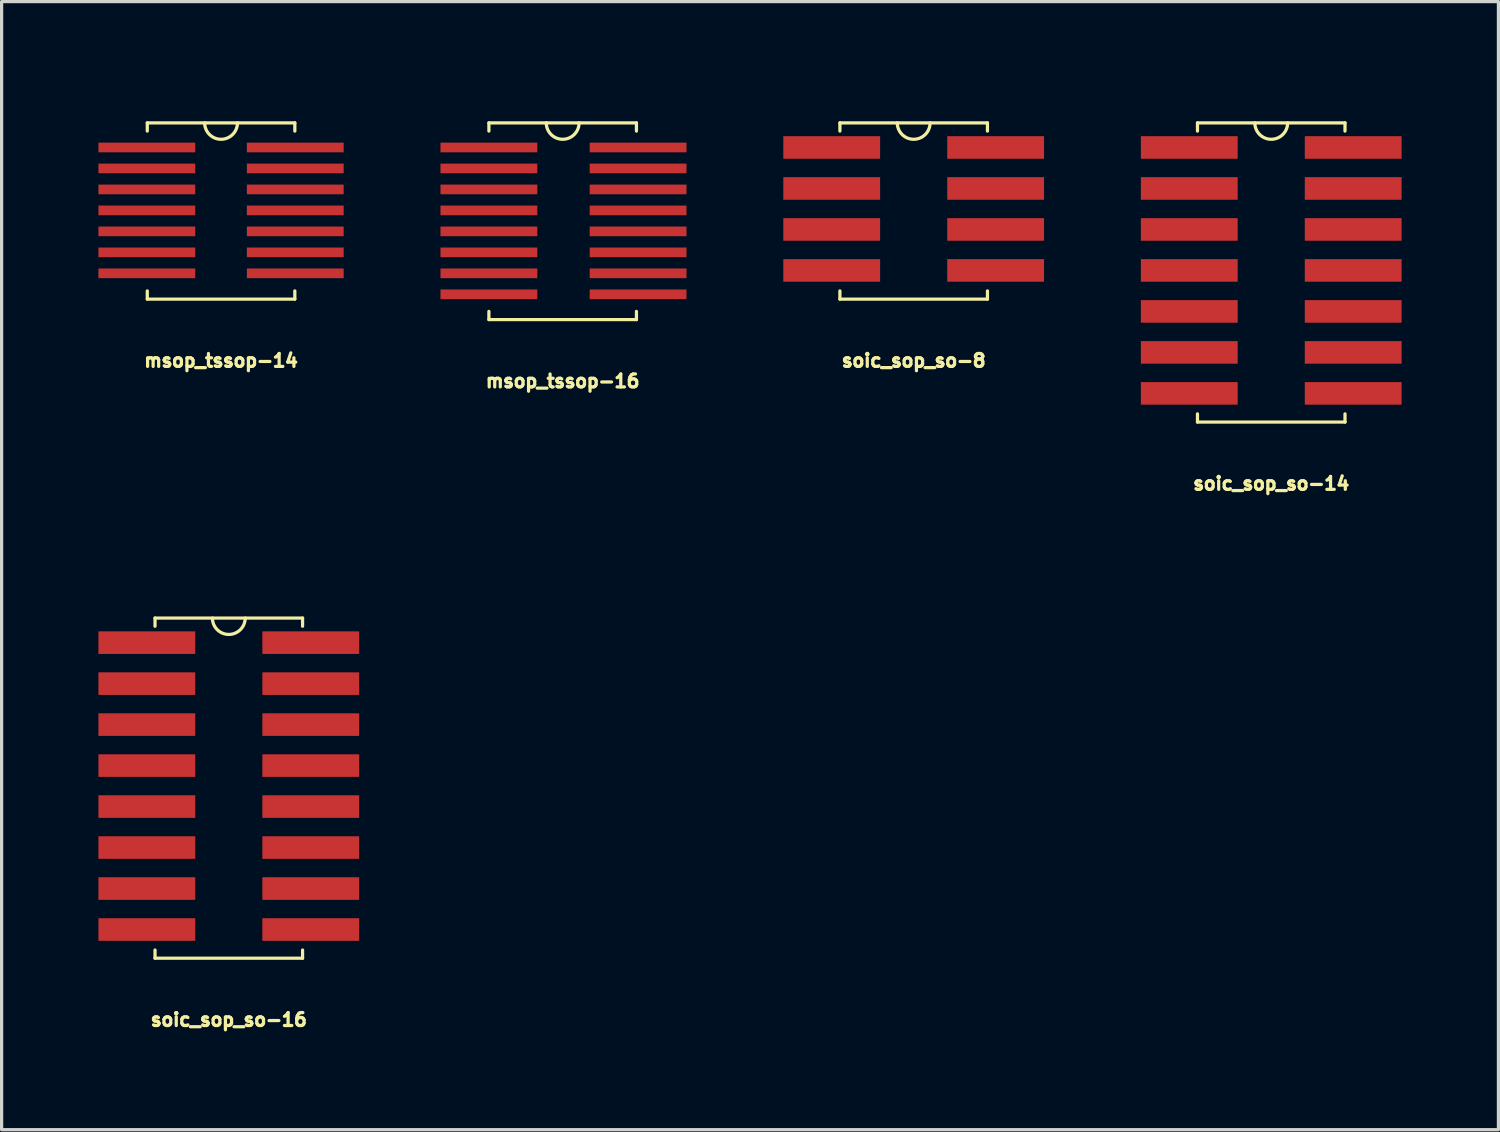
<source format=kicad_pcb>
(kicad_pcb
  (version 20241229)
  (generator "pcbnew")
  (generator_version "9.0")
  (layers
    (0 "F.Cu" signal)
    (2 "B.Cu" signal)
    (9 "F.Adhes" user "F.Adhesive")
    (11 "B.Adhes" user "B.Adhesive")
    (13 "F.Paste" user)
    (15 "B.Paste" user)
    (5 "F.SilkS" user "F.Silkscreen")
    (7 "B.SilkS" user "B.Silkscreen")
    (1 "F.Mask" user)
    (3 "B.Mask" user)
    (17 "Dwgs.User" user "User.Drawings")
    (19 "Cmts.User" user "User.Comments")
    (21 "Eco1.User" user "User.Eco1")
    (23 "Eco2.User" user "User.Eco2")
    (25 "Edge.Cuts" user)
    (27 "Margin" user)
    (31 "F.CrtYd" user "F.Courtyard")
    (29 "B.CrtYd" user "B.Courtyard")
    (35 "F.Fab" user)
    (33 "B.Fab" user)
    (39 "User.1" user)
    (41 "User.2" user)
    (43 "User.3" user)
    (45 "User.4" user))
  (footprint "msop_tssop-16"
    (layer "F.Cu")
    (at 14.386 0.25)
    (property "Reference" "msop_tssop-16" (at 0 8.509 0) (layer "F.SilkS") (effects (font (size 0.4 0.4) (thickness 0.1))))
    (attr smd)
    (fp_line (start -2.286 0.508) (end -2.286 0.762) (stroke (width 0.1) (type solid)) (layer "F.SilkS"))
    (fp_line (start -2.286 0.508) (end 2.286 0.508) (stroke (width 0.1) (type solid)) (layer "F.SilkS"))
    (fp_line (start -2.286 6.35) (end -2.286 6.604) (stroke (width 0.1) (type solid)) (layer "F.SilkS"))
    (fp_line (start 2.286 0.508) (end 2.286 0.762) (stroke (width 0.1) (type solid)) (layer "F.SilkS"))
    (fp_line (start 2.286 6.35) (end 2.286 6.604) (stroke (width 0.1) (type solid)) (layer "F.SilkS"))
    (fp_line (start 2.286 6.604) (end -2.286 6.604) (stroke (width 0.1) (type solid)) (layer "F.SilkS"))
    (fp_arc (start 0.508 0.508) (mid 0 1.016) (end -0.508 0.508) (stroke (width 0.1) (type solid)) (layer "F.SilkS"))
    (pad "1" smd rect (at -2.286 1.27) (size 3 0.3) (layers "F.Cu" "F.Mask" "F.Paste"))
    (pad "2" smd rect (at -2.286 1.92) (size 3 0.3) (layers "F.Cu" "F.Mask" "F.Paste"))
    (pad "3" smd rect (at -2.286 2.57) (size 3 0.3) (layers "F.Cu" "F.Mask" "F.Paste"))
    (pad "4" smd rect (at -2.286 3.22) (size 3 0.3) (layers "F.Cu" "F.Mask" "F.Paste"))
    (pad "5" smd rect (at -2.286 3.87) (size 3 0.3) (layers "F.Cu" "F.Mask" "F.Paste"))
    (pad "6" smd rect (at -2.286 4.52) (size 3 0.3) (layers "F.Cu" "F.Mask" "F.Paste"))
    (pad "7" smd rect (at -2.286 5.17) (size 3 0.3) (layers "F.Cu" "F.Mask" "F.Paste"))
    (pad "8" smd rect (at -2.286 5.82) (size 3 0.3) (layers "F.Cu" "F.Mask" "F.Paste"))
    (pad "9" smd rect (at 2.337 5.82) (size 3 0.3) (layers "F.Cu" "F.Mask" "F.Paste"))
    (pad "10" smd rect (at 2.337 5.17) (size 3 0.3) (layers "F.Cu" "F.Mask" "F.Paste"))
    (pad "11" smd rect (at 2.337 4.52) (size 3 0.3) (layers "F.Cu" "F.Mask" "F.Paste"))
    (pad "12" smd rect (at 2.337 3.87) (size 3 0.3) (layers "F.Cu" "F.Mask" "F.Paste"))
    (pad "13" smd rect (at 2.337 3.22) (size 3 0.3) (layers "F.Cu" "F.Mask" "F.Paste"))
    (pad "14" smd rect (at 2.337 2.57) (size 3 0.3) (layers "F.Cu" "F.Mask" "F.Paste"))
    (pad "15" smd rect (at 2.337 1.92) (size 3 0.3) (layers "F.Cu" "F.Mask" "F.Paste"))
    (pad "16" smd rect (at 2.337 1.27 180) (size 3 0.3) (layers "F.Cu" "F.Mask" "F.Paste")))
  (footprint "soic_sop_so-16"
    (layer "F.Cu")
    (at 4.04 15.594)
    (property "Reference" "soic_sop_so-16" (at 0 12.954 0) (layer "F.SilkS") (effects (font (size 0.4 0.4) (thickness 0.1))))
    (attr smd)
    (fp_line (start -2.286 0.508) (end -2.286 0.762) (stroke (width 0.1) (type solid)) (layer "F.SilkS"))
    (fp_line (start -2.286 0.508) (end 2.286 0.508) (stroke (width 0.1) (type solid)) (layer "F.SilkS"))
    (fp_line (start -2.286 10.795) (end -2.286 11.049) (stroke (width 0.1) (type solid)) (layer "F.SilkS"))
    (fp_line (start 2.286 0.508) (end 2.286 0.762) (stroke (width 0.1) (type solid)) (layer "F.SilkS"))
    (fp_line (start 2.286 10.795) (end 2.286 11.049) (stroke (width 0.1) (type solid)) (layer "F.SilkS"))
    (fp_line (start 2.286 11.049) (end -2.286 11.049) (stroke (width 0.1) (type solid)) (layer "F.SilkS"))
    (fp_arc (start 0.508 0.508) (mid 0 1.016) (end -0.508 0.508) (stroke (width 0.1) (type solid)) (layer "F.SilkS"))
    (pad "1" smd rect (at -2.54 1.27 90) (size 0.7 3) (layers "F.Cu" "F.Mask" "F.Paste"))
    (pad "2" smd rect (at -2.54 2.54 90) (size 0.7 3) (layers "F.Cu" "F.Mask" "F.Paste"))
    (pad "3" smd rect (at -2.54 3.81 90) (size 0.7 3) (layers "F.Cu" "F.Mask" "F.Paste"))
    (pad "4" smd rect (at -2.54 5.08 90) (size 0.7 3) (layers "F.Cu" "F.Mask" "F.Paste"))
    (pad "5" smd rect (at -2.54 6.35 90) (size 0.7 3) (layers "F.Cu" "F.Mask" "F.Paste"))
    (pad "6" smd rect (at -2.54 7.62 90) (size 0.7 3) (layers "F.Cu" "F.Mask" "F.Paste"))
    (pad "7" smd rect (at -2.54 8.89 90) (size 0.7 3) (layers "F.Cu" "F.Mask" "F.Paste"))
    (pad "8" smd rect (at -2.54 10.16 90) (size 0.7 3) (layers "F.Cu" "F.Mask" "F.Paste"))
    (pad "9" smd rect (at 2.54 10.16 90) (size 0.7 3) (layers "F.Cu" "F.Mask" "F.Paste"))
    (pad "10" smd rect (at 2.54 8.89 90) (size 0.7 3) (layers "F.Cu" "F.Mask" "F.Paste"))
    (pad "11" smd rect (at 2.54 7.62 90) (size 0.7 3) (layers "F.Cu" "F.Mask" "F.Paste"))
    (pad "12" smd rect (at 2.54 6.35 90) (size 0.7 3) (layers "F.Cu" "F.Mask" "F.Paste"))
    (pad "13" smd rect (at 2.54 5.08 90) (size 0.7 3) (layers "F.Cu" "F.Mask" "F.Paste"))
    (pad "14" smd rect (at 2.54 3.81 90) (size 0.7 3) (layers "F.Cu" "F.Mask" "F.Paste"))
    (pad "15" smd rect (at 2.54 2.54 90) (size 0.7 3) (layers "F.Cu" "F.Mask" "F.Paste"))
    (pad "16" smd rect (at 2.54 1.27 90) (size 0.7 3) (layers "F.Cu" "F.Mask" "F.Paste")))
  (footprint "soic_sop_so-14"
    (layer "F.Cu")
    (at 36.343 0.25)
    (property "Reference" "soic_sop_so-14" (at 0 11.684 0) (layer "F.SilkS") (effects (font (size 0.4 0.4) (thickness 0.1))))
    (attr smd)
    (fp_line (start -2.286 0.508) (end -2.286 0.762) (stroke (width 0.1) (type solid)) (layer "F.SilkS"))
    (fp_line (start -2.286 0.508) (end 2.286 0.508) (stroke (width 0.1) (type solid)) (layer "F.SilkS"))
    (fp_line (start -2.286 9.525) (end -2.286 9.779) (stroke (width 0.1) (type solid)) (layer "F.SilkS"))
    (fp_line (start 2.286 0.508) (end 2.286 0.762) (stroke (width 0.1) (type solid)) (layer "F.SilkS"))
    (fp_line (start 2.286 9.525) (end 2.286 9.779) (stroke (width 0.1) (type solid)) (layer "F.SilkS"))
    (fp_line (start 2.286 9.779) (end -2.286 9.779) (stroke (width 0.1) (type solid)) (layer "F.SilkS"))
    (fp_arc (start 0.508 0.508) (mid 0 1.016) (end -0.508 0.508) (stroke (width 0.1) (type solid)) (layer "F.SilkS"))
    (pad "1" smd rect (at -2.54 1.27 90) (size 0.7 3) (layers "F.Cu" "F.Mask" "F.Paste"))
    (pad "2" smd rect (at -2.54 2.54 90) (size 0.7 3) (layers "F.Cu" "F.Mask" "F.Paste"))
    (pad "3" smd rect (at -2.54 3.81 90) (size 0.7 3) (layers "F.Cu" "F.Mask" "F.Paste"))
    (pad "4" smd rect (at -2.54 5.08 90) (size 0.7 3) (layers "F.Cu" "F.Mask" "F.Paste"))
    (pad "5" smd rect (at -2.54 6.35 90) (size 0.7 3) (layers "F.Cu" "F.Mask" "F.Paste"))
    (pad "6" smd rect (at -2.54 7.62 90) (size 0.7 3) (layers "F.Cu" "F.Mask" "F.Paste"))
    (pad "7" smd rect (at -2.54 8.89 90) (size 0.7 3) (layers "F.Cu" "F.Mask" "F.Paste"))
    (pad "8" smd rect (at 2.54 8.89 90) (size 0.7 3) (layers "F.Cu" "F.Mask" "F.Paste"))
    (pad "9" smd rect (at 2.54 7.62 90) (size 0.7 3) (layers "F.Cu" "F.Mask" "F.Paste"))
    (pad "10" smd rect (at 2.54 6.35 90) (size 0.7 3) (layers "F.Cu" "F.Mask" "F.Paste"))
    (pad "11" smd rect (at 2.54 5.08 90) (size 0.7 3) (layers "F.Cu" "F.Mask" "F.Paste"))
    (pad "12" smd rect (at 2.54 3.81 90) (size 0.7 3) (layers "F.Cu" "F.Mask" "F.Paste"))
    (pad "13" smd rect (at 2.54 2.54 90) (size 0.7 3) (layers "F.Cu" "F.Mask" "F.Paste"))
    (pad "14" smd rect (at 2.54 1.27 90) (size 0.7 3) (layers "F.Cu" "F.Mask" "F.Paste")))
  (footprint "msop_tssop-14"
    (layer "F.Cu")
    (at 3.8 0.25)
    (property "Reference" "msop_tssop-14" (at 0 7.874 0) (layer "F.SilkS") (effects (font (size 0.4 0.4) (thickness 0.1))))
    (attr smd)
    (fp_line (start -2.286 0.508) (end -2.286 0.762) (stroke (width 0.1) (type solid)) (layer "F.SilkS"))
    (fp_line (start -2.286 0.508) (end 2.286 0.508) (stroke (width 0.1) (type solid)) (layer "F.SilkS"))
    (fp_line (start -2.286 5.715) (end -2.286 5.969) (stroke (width 0.1) (type solid)) (layer "F.SilkS"))
    (fp_line (start 2.286 0.508) (end 2.286 0.762) (stroke (width 0.1) (type solid)) (layer "F.SilkS"))
    (fp_line (start 2.286 5.715) (end 2.286 5.969) (stroke (width 0.1) (type solid)) (layer "F.SilkS"))
    (fp_line (start 2.286 5.969) (end -2.286 5.969) (stroke (width 0.1) (type solid)) (layer "F.SilkS"))
    (fp_arc (start 0.508 0.508) (mid 0 1.016) (end -0.508 0.508) (stroke (width 0.1) (type solid)) (layer "F.SilkS"))
    (pad "1" smd rect (at -0.8 1.27) (size 3 0.3) (drill (offset -1.5 0)) (layers "F.Cu" "F.Mask" "F.Paste"))
    (pad "2" smd rect (at -0.8 1.92) (size 3 0.3) (drill (offset -1.5 0)) (layers "F.Cu" "F.Mask" "F.Paste"))
    (pad "3" smd rect (at -0.8 2.57) (size 3 0.3) (drill (offset -1.5 0)) (layers "F.Cu" "F.Mask" "F.Paste"))
    (pad "4" smd rect (at -0.8 3.22) (size 3 0.3) (drill (offset -1.5 0)) (layers "F.Cu" "F.Mask" "F.Paste"))
    (pad "5" smd rect (at -0.8 3.87) (size 3 0.3) (drill (offset -1.5 0)) (layers "F.Cu" "F.Mask" "F.Paste"))
    (pad "6" smd rect (at -0.8 4.52) (size 3 0.3) (drill (offset -1.5 0)) (layers "F.Cu" "F.Mask" "F.Paste"))
    (pad "7" smd rect (at -0.8 5.17) (size 3 0.3) (drill (offset -1.5 0)) (layers "F.Cu" "F.Mask" "F.Paste"))
    (pad "8" smd rect (at 0.8 5.17) (size 3 0.3) (drill (offset 1.5 0)) (layers "F.Cu" "F.Mask" "F.Paste"))
    (pad "9" smd rect (at 0.8 4.52) (size 3 0.3) (drill (offset 1.5 0)) (layers "F.Cu" "F.Mask" "F.Paste"))
    (pad "10" smd rect (at 0.8 3.87) (size 3 0.3) (drill (offset 1.5 0)) (layers "F.Cu" "F.Mask" "F.Paste"))
    (pad "11" smd rect (at 0.8 3.22) (size 3 0.3) (drill (offset 1.5 0)) (layers "F.Cu" "F.Mask" "F.Paste"))
    (pad "12" smd rect (at 0.8 2.57) (size 3 0.3) (drill (offset 1.5 0)) (layers "F.Cu" "F.Mask" "F.Paste"))
    (pad "13" smd rect (at 0.8 1.92) (size 3 0.3) (drill (offset 1.5 0)) (layers "F.Cu" "F.Mask" "F.Paste"))
    (pad "14" smd rect (at 0.8 1.27) (size 3 0.3) (drill (offset 1.5 0)) (layers "F.Cu" "F.Mask" "F.Paste")))
  (footprint "soic_sop_so-8"
    (layer "F.Cu")
    (at 25.263 0.25)
    (property "Reference" "soic_sop_so-8" (at 0 7.874 0) (layer "F.SilkS") (effects (font (size 0.4 0.4) (thickness 0.1))))
    (attr smd)
    (fp_line (start -2.286 0.508) (end -2.286 0.762) (stroke (width 0.1) (type solid)) (layer "F.SilkS"))
    (fp_line (start -2.286 0.508) (end 2.286 0.508) (stroke (width 0.1) (type solid)) (layer "F.SilkS"))
    (fp_line (start -2.286 5.715) (end -2.286 5.969) (stroke (width 0.1) (type solid)) (layer "F.SilkS"))
    (fp_line (start 2.286 0.508) (end 2.286 0.762) (stroke (width 0.1) (type solid)) (layer "F.SilkS"))
    (fp_line (start 2.286 5.715) (end 2.286 5.969) (stroke (width 0.1) (type solid)) (layer "F.SilkS"))
    (fp_line (start 2.286 5.969) (end -2.286 5.969) (stroke (width 0.1) (type solid)) (layer "F.SilkS"))
    (fp_arc (start 0.508 0.508) (mid 0 1.016) (end -0.508 0.508) (stroke (width 0.1) (type solid)) (layer "F.SilkS"))
    (pad "1" smd rect (at -2.54 1.27 90) (size 0.7 3) (layers "F.Cu" "F.Mask" "F.Paste"))
    (pad "2" smd rect (at -2.54 2.54 90) (size 0.7 3) (layers "F.Cu" "F.Mask" "F.Paste"))
    (pad "3" smd rect (at -2.54 3.81 90) (size 0.7 3) (layers "F.Cu" "F.Mask" "F.Paste"))
    (pad "4" smd rect (at -2.54 5.08 90) (size 0.7 3) (layers "F.Cu" "F.Mask" "F.Paste"))
    (pad "5" smd rect (at 2.54 5.08 90) (size 0.7 3) (layers "F.Cu" "F.Mask" "F.Paste"))
    (pad "6" smd rect (at 2.54 3.81 90) (size 0.7 3) (layers "F.Cu" "F.Mask" "F.Paste"))
    (pad "7" smd rect (at 2.54 2.54 90) (size 0.7 3) (layers "F.Cu" "F.Mask" "F.Paste"))
    (pad "8" smd rect (at 2.54 1.27 90) (size 0.7 3) (layers "F.Cu" "F.Mask" "F.Paste")))
  (gr_rect
    (start -3 -3)
    (end 43.383 31.957)
    (stroke (width 0.1) (type default))
    (fill no)
    (layer "Edge.Cuts")))
</source>
